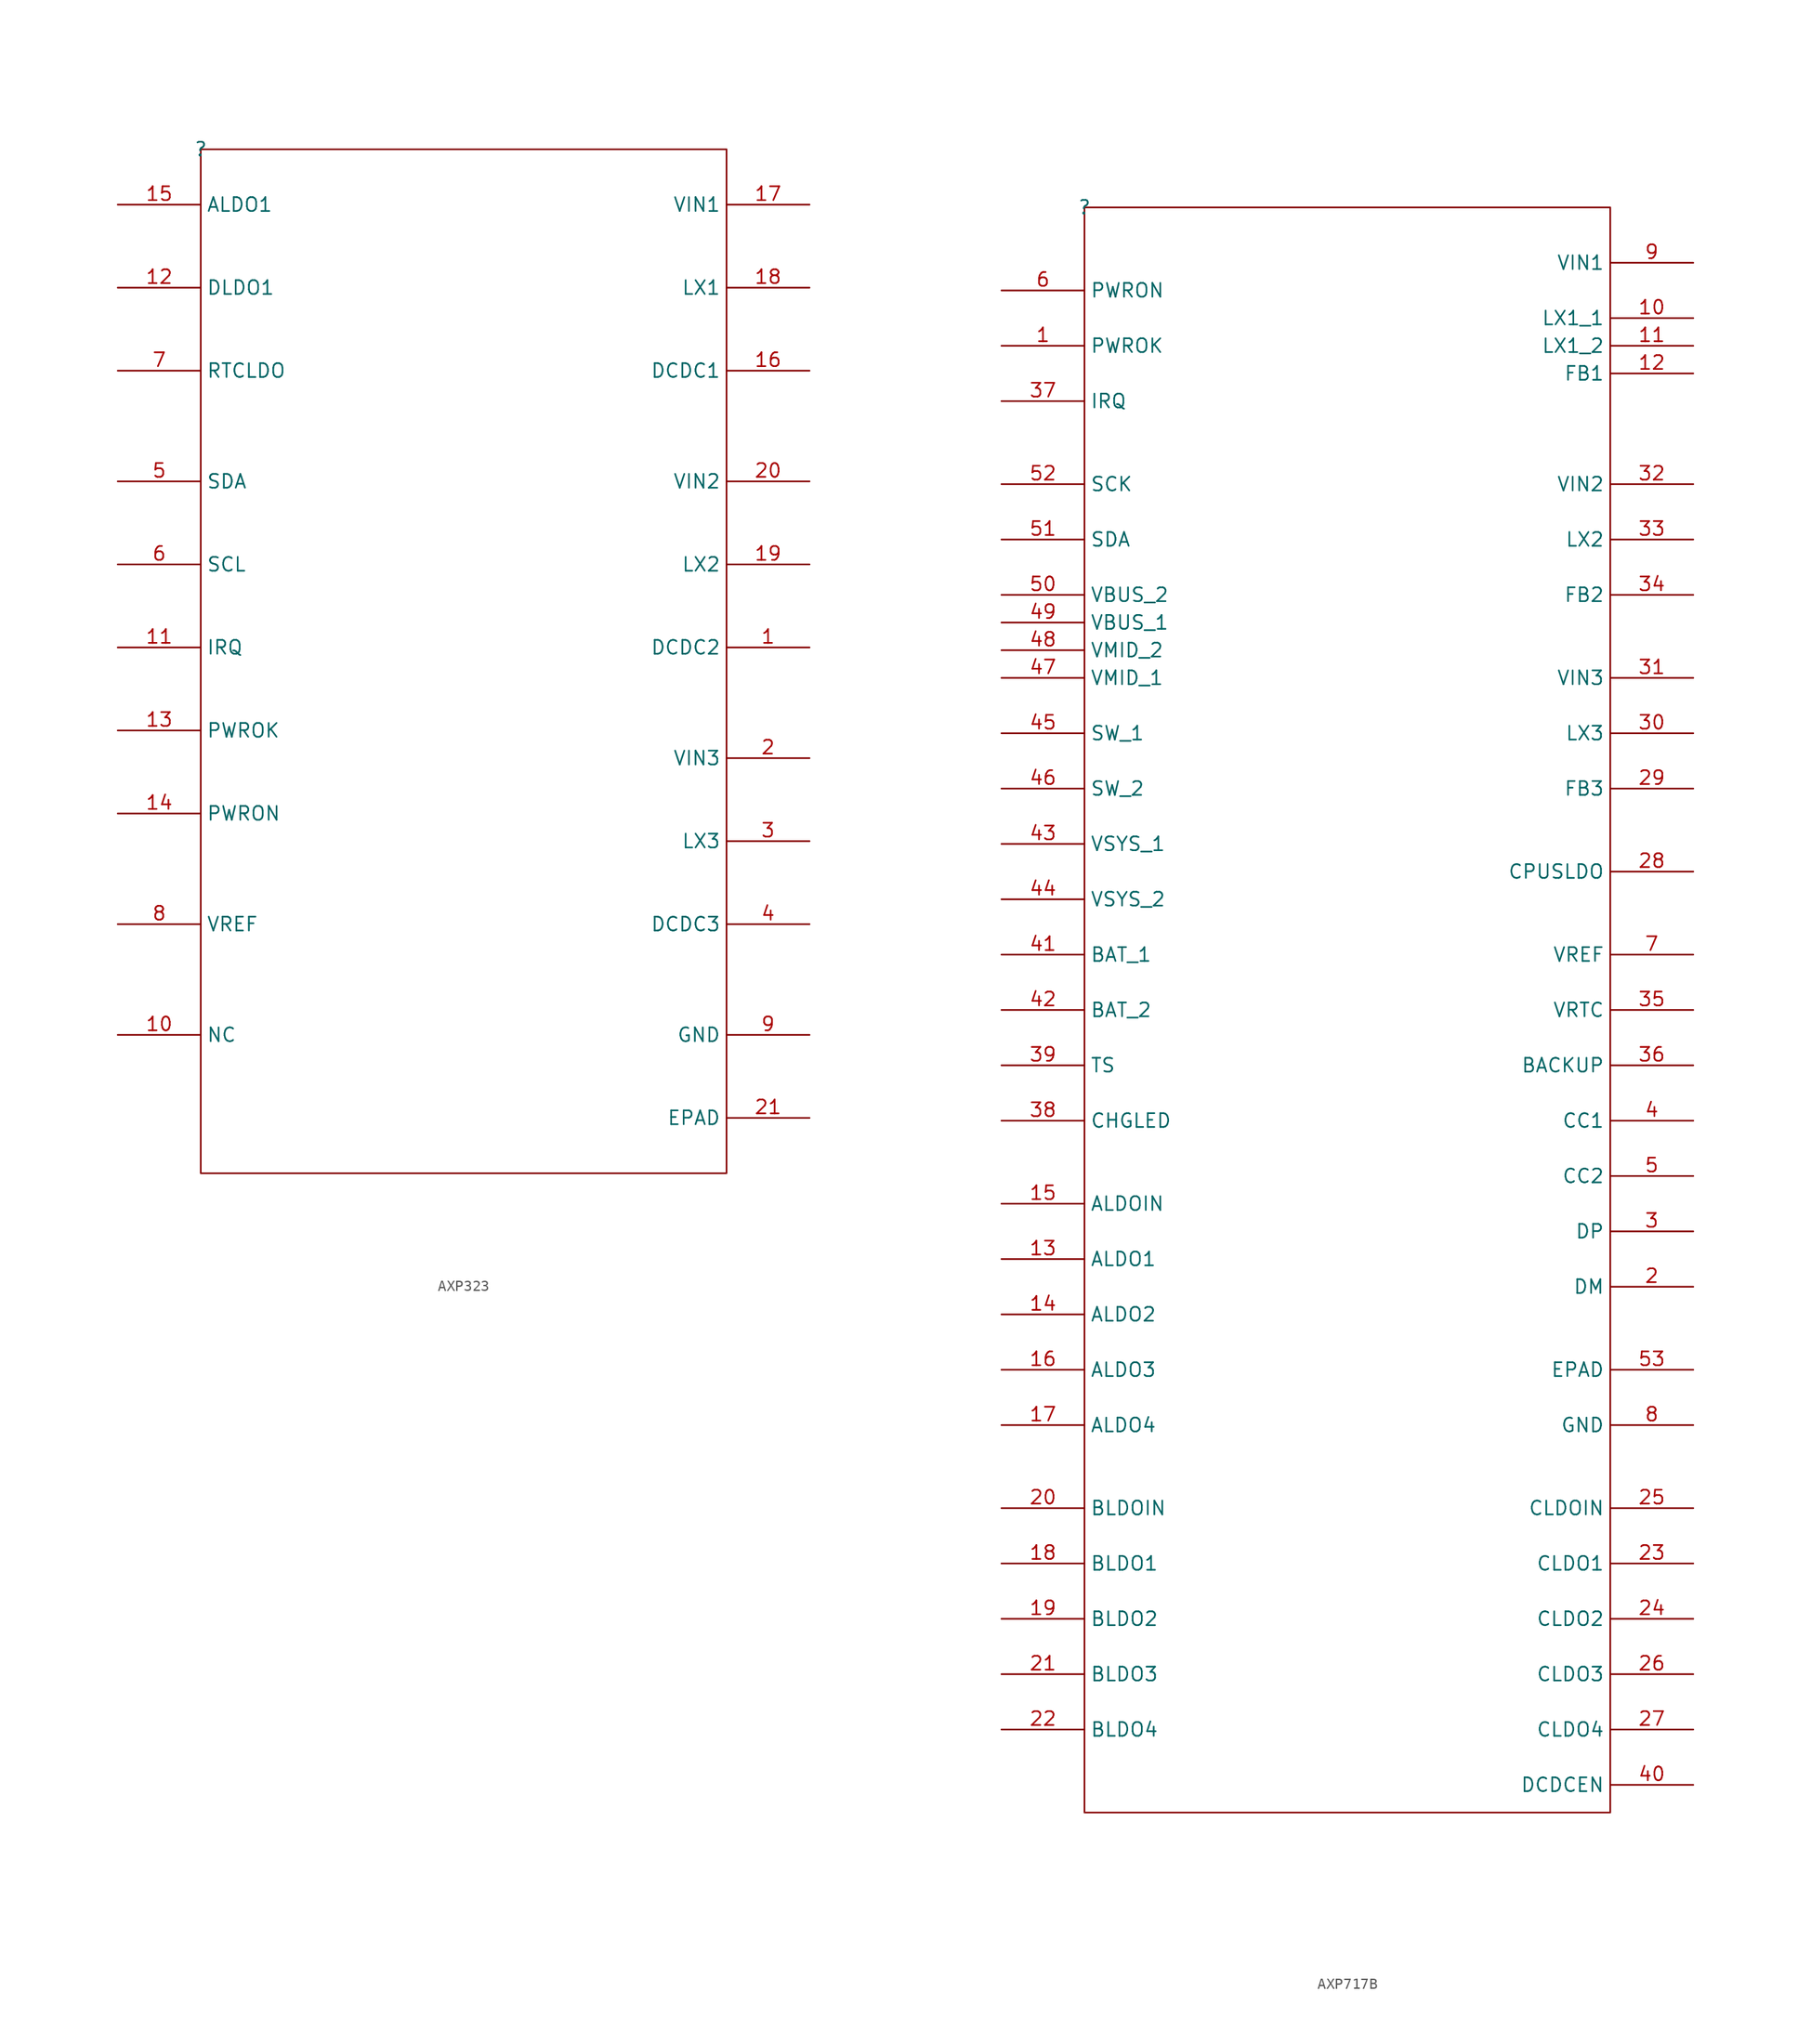
<source format=kicad_sym>
(kicad_symbol_lib
  (version 20231120)
  (generator "kicad_symbol_editor")
  (generator_version "8.0")
  (symbol "AXP323"
    (property "Reference" ""
      (at 0 0 0)
      (effects (font (size 1.27 1.27))))
    (property "Value" ""
      (at 0 0 0)
      (effects (font (size 1.27 1.27))))
    (symbol "AXP323_1_0"
      (rectangle (start 0 -93.98) (end 48.26 0) (stroke (width 0) (type default)) (fill (type none)))
      (pin input line (at 55.88 -45.72 180) (length 7.62) (name "DCDC2" (effects (font (size 1.27 1.27)))) (number "1" (effects (font (size 1.27 1.27)))))
      (pin input line (at -7.62 -81.28 0) (length 7.62) (name "NC" (effects (font (size 1.27 1.27)))) (number "10" (effects (font (size 1.27 1.27)))))
      (pin input line (at -7.62 -45.72 0) (length 7.62) (name "IRQ" (effects (font (size 1.27 1.27)))) (number "11" (effects (font (size 1.27 1.27)))))
      (pin input line (at -7.62 -12.7 0) (length 7.62) (name "DLDO1" (effects (font (size 1.27 1.27)))) (number "12" (effects (font (size 1.27 1.27)))))
      (pin input line (at -7.62 -53.34 0) (length 7.62) (name "PWROK" (effects (font (size 1.27 1.27)))) (number "13" (effects (font (size 1.27 1.27)))))
      (pin input line (at -7.62 -60.96 0) (length 7.62) (name "PWRON" (effects (font (size 1.27 1.27)))) (number "14" (effects (font (size 1.27 1.27)))))
      (pin input line (at -7.62 -5.08 0) (length 7.62) (name "ALDO1" (effects (font (size 1.27 1.27)))) (number "15" (effects (font (size 1.27 1.27)))))
      (pin input line (at 55.88 -20.32 180) (length 7.62) (name "DCDC1" (effects (font (size 1.27 1.27)))) (number "16" (effects (font (size 1.27 1.27)))))
      (pin input line (at 55.88 -5.08 180) (length 7.62) (name "VIN1" (effects (font (size 1.27 1.27)))) (number "17" (effects (font (size 1.27 1.27)))))
      (pin input line (at 55.88 -12.7 180) (length 7.62) (name "LX1" (effects (font (size 1.27 1.27)))) (number "18" (effects (font (size 1.27 1.27)))))
      (pin input line (at 55.88 -38.1 180) (length 7.62) (name "LX2" (effects (font (size 1.27 1.27)))) (number "19" (effects (font (size 1.27 1.27)))))
      (pin input line (at 55.88 -55.88 180) (length 7.62) (name "VIN3" (effects (font (size 1.27 1.27)))) (number "2" (effects (font (size 1.27 1.27)))))
      (pin input line (at 55.88 -30.48 180) (length 7.62) (name "VIN2" (effects (font (size 1.27 1.27)))) (number "20" (effects (font (size 1.27 1.27)))))
      (pin input line (at 55.88 -88.9 180) (length 7.62) (name "EPAD" (effects (font (size 1.27 1.27)))) (number "21" (effects (font (size 1.27 1.27)))))
      (pin input line (at 55.88 -63.5 180) (length 7.62) (name "LX3" (effects (font (size 1.27 1.27)))) (number "3" (effects (font (size 1.27 1.27)))))
      (pin input line (at 55.88 -71.12 180) (length 7.62) (name "DCDC3" (effects (font (size 1.27 1.27)))) (number "4" (effects (font (size 1.27 1.27)))))
      (pin input line (at -7.62 -30.48 0) (length 7.62) (name "SDA" (effects (font (size 1.27 1.27)))) (number "5" (effects (font (size 1.27 1.27)))))
      (pin input line (at -7.62 -38.1 0) (length 7.62) (name "SCL" (effects (font (size 1.27 1.27)))) (number "6" (effects (font (size 1.27 1.27)))))
      (pin input line (at -7.62 -20.32 0) (length 7.62) (name "RTCLDO" (effects (font (size 1.27 1.27)))) (number "7" (effects (font (size 1.27 1.27)))))
      (pin input line (at -7.62 -71.12 0) (length 7.62) (name "VREF" (effects (font (size 1.27 1.27)))) (number "8" (effects (font (size 1.27 1.27)))))
      (pin input line (at 55.88 -81.28 180) (length 7.62) (name "GND" (effects (font (size 1.27 1.27)))) (number "9" (effects (font (size 1.27 1.27)))))))
  (symbol "AXP717B"
    (property "Reference" ""
      (at 0 0 0)
      (effects (font (size 1.27 1.27))))
    (property "Value" ""
      (at 0 0 0)
      (effects (font (size 1.27 1.27))))
    (symbol "AXP717B_1_0"
      (rectangle (start 0 -147.32) (end 48.26 0) (stroke (width 0) (type default)) (fill (type none)))
      (pin input line (at -7.62 -12.7 0) (length 7.62) (name "PWROK" (effects (font (size 1.27 1.27)))) (number "1" (effects (font (size 1.27 1.27)))))
      (pin input line (at 55.88 -10.16 180) (length 7.62) (name "LX1_1" (effects (font (size 1.27 1.27)))) (number "10" (effects (font (size 1.27 1.27)))))
      (pin input line (at 55.88 -12.7 180) (length 7.62) (name "LX1_2" (effects (font (size 1.27 1.27)))) (number "11" (effects (font (size 1.27 1.27)))))
      (pin input line (at 55.88 -15.24 180) (length 7.62) (name "FB1" (effects (font (size 1.27 1.27)))) (number "12" (effects (font (size 1.27 1.27)))))
      (pin input line (at -7.62 -96.52 0) (length 7.62) (name "ALDO1" (effects (font (size 1.27 1.27)))) (number "13" (effects (font (size 1.27 1.27)))))
      (pin input line (at -7.62 -101.6 0) (length 7.62) (name "ALDO2" (effects (font (size 1.27 1.27)))) (number "14" (effects (font (size 1.27 1.27)))))
      (pin input line (at -7.62 -91.44 0) (length 7.62) (name "ALDOIN" (effects (font (size 1.27 1.27)))) (number "15" (effects (font (size 1.27 1.27)))))
      (pin input line (at -7.62 -106.68 0) (length 7.62) (name "ALDO3" (effects (font (size 1.27 1.27)))) (number "16" (effects (font (size 1.27 1.27)))))
      (pin input line (at -7.62 -111.76 0) (length 7.62) (name "ALDO4" (effects (font (size 1.27 1.27)))) (number "17" (effects (font (size 1.27 1.27)))))
      (pin input line (at -7.62 -124.46 0) (length 7.62) (name "BLDO1" (effects (font (size 1.27 1.27)))) (number "18" (effects (font (size 1.27 1.27)))))
      (pin input line (at -7.62 -129.54 0) (length 7.62) (name "BLDO2" (effects (font (size 1.27 1.27)))) (number "19" (effects (font (size 1.27 1.27)))))
      (pin input line (at 55.88 -99.06 180) (length 7.62) (name "DM" (effects (font (size 1.27 1.27)))) (number "2" (effects (font (size 1.27 1.27)))))
      (pin input line (at -7.62 -119.38 0) (length 7.62) (name "BLDOIN" (effects (font (size 1.27 1.27)))) (number "20" (effects (font (size 1.27 1.27)))))
      (pin input line (at -7.62 -134.62 0) (length 7.62) (name "BLDO3" (effects (font (size 1.27 1.27)))) (number "21" (effects (font (size 1.27 1.27)))))
      (pin input line (at -7.62 -139.7 0) (length 7.62) (name "BLDO4" (effects (font (size 1.27 1.27)))) (number "22" (effects (font (size 1.27 1.27)))))
      (pin input line (at 55.88 -124.46 180) (length 7.62) (name "CLDO1" (effects (font (size 1.27 1.27)))) (number "23" (effects (font (size 1.27 1.27)))))
      (pin input line (at 55.88 -129.54 180) (length 7.62) (name "CLDO2" (effects (font (size 1.27 1.27)))) (number "24" (effects (font (size 1.27 1.27)))))
      (pin input line (at 55.88 -119.38 180) (length 7.62) (name "CLDOIN" (effects (font (size 1.27 1.27)))) (number "25" (effects (font (size 1.27 1.27)))))
      (pin input line (at 55.88 -134.62 180) (length 7.62) (name "CLDO3" (effects (font (size 1.27 1.27)))) (number "26" (effects (font (size 1.27 1.27)))))
      (pin input line (at 55.88 -139.7 180) (length 7.62) (name "CLDO4" (effects (font (size 1.27 1.27)))) (number "27" (effects (font (size 1.27 1.27)))))
      (pin input line (at 55.88 -60.96 180) (length 7.62) (name "CPUSLDO" (effects (font (size 1.27 1.27)))) (number "28" (effects (font (size 1.27 1.27)))))
      (pin input line (at 55.88 -53.34 180) (length 7.62) (name "FB3" (effects (font (size 1.27 1.27)))) (number "29" (effects (font (size 1.27 1.27)))))
      (pin input line (at 55.88 -93.98 180) (length 7.62) (name "DP" (effects (font (size 1.27 1.27)))) (number "3" (effects (font (size 1.27 1.27)))))
      (pin input line (at 55.88 -48.26 180) (length 7.62) (name "LX3" (effects (font (size 1.27 1.27)))) (number "30" (effects (font (size 1.27 1.27)))))
      (pin input line (at 55.88 -43.18 180) (length 7.62) (name "VIN3" (effects (font (size 1.27 1.27)))) (number "31" (effects (font (size 1.27 1.27)))))
      (pin input line (at 55.88 -25.4 180) (length 7.62) (name "VIN2" (effects (font (size 1.27 1.27)))) (number "32" (effects (font (size 1.27 1.27)))))
      (pin input line (at 55.88 -30.48 180) (length 7.62) (name "LX2" (effects (font (size 1.27 1.27)))) (number "33" (effects (font (size 1.27 1.27)))))
      (pin input line (at 55.88 -35.56 180) (length 7.62) (name "FB2" (effects (font (size 1.27 1.27)))) (number "34" (effects (font (size 1.27 1.27)))))
      (pin input line (at 55.88 -73.66 180) (length 7.62) (name "VRTC" (effects (font (size 1.27 1.27)))) (number "35" (effects (font (size 1.27 1.27)))))
      (pin input line (at 55.88 -78.74 180) (length 7.62) (name "BACKUP" (effects (font (size 1.27 1.27)))) (number "36" (effects (font (size 1.27 1.27)))))
      (pin input line (at -7.62 -17.78 0) (length 7.62) (name "IRQ" (effects (font (size 1.27 1.27)))) (number "37" (effects (font (size 1.27 1.27)))))
      (pin input line (at -7.62 -83.82 0) (length 7.62) (name "CHGLED" (effects (font (size 1.27 1.27)))) (number "38" (effects (font (size 1.27 1.27)))))
      (pin input line (at -7.62 -78.74 0) (length 7.62) (name "TS" (effects (font (size 1.27 1.27)))) (number "39" (effects (font (size 1.27 1.27)))))
      (pin input line (at 55.88 -83.82 180) (length 7.62) (name "CC1" (effects (font (size 1.27 1.27)))) (number "4" (effects (font (size 1.27 1.27)))))
      (pin input line (at 55.88 -144.78 180) (length 7.62) (name "DCDCEN" (effects (font (size 1.27 1.27)))) (number "40" (effects (font (size 1.27 1.27)))))
      (pin input line (at -7.62 -68.58 0) (length 7.62) (name "BAT_1" (effects (font (size 1.27 1.27)))) (number "41" (effects (font (size 1.27 1.27)))))
      (pin input line (at -7.62 -73.66 0) (length 7.62) (name "BAT_2" (effects (font (size 1.27 1.27)))) (number "42" (effects (font (size 1.27 1.27)))))
      (pin input line (at -7.62 -58.42 0) (length 7.62) (name "VSYS_1" (effects (font (size 1.27 1.27)))) (number "43" (effects (font (size 1.27 1.27)))))
      (pin input line (at -7.62 -63.5 0) (length 7.62) (name "VSYS_2" (effects (font (size 1.27 1.27)))) (number "44" (effects (font (size 1.27 1.27)))))
      (pin input line (at -7.62 -48.26 0) (length 7.62) (name "SW_1" (effects (font (size 1.27 1.27)))) (number "45" (effects (font (size 1.27 1.27)))))
      (pin input line (at -7.62 -53.34 0) (length 7.62) (name "SW_2" (effects (font (size 1.27 1.27)))) (number "46" (effects (font (size 1.27 1.27)))))
      (pin input line (at -7.62 -43.18 0) (length 7.62) (name "VMID_1" (effects (font (size 1.27 1.27)))) (number "47" (effects (font (size 1.27 1.27)))))
      (pin input line (at -7.62 -40.64 0) (length 7.62) (name "VMID_2" (effects (font (size 1.27 1.27)))) (number "48" (effects (font (size 1.27 1.27)))))
      (pin input line (at -7.62 -38.1 0) (length 7.62) (name "VBUS_1" (effects (font (size 1.27 1.27)))) (number "49" (effects (font (size 1.27 1.27)))))
      (pin input line (at 55.88 -88.9 180) (length 7.62) (name "CC2" (effects (font (size 1.27 1.27)))) (number "5" (effects (font (size 1.27 1.27)))))
      (pin input line (at -7.62 -35.56 0) (length 7.62) (name "VBUS_2" (effects (font (size 1.27 1.27)))) (number "50" (effects (font (size 1.27 1.27)))))
      (pin input line (at -7.62 -30.48 0) (length 7.62) (name "SDA" (effects (font (size 1.27 1.27)))) (number "51" (effects (font (size 1.27 1.27)))))
      (pin input line (at -7.62 -25.4 0) (length 7.62) (name "SCK" (effects (font (size 1.27 1.27)))) (number "52" (effects (font (size 1.27 1.27)))))
      (pin input line (at 55.88 -106.68 180) (length 7.62) (name "EPAD" (effects (font (size 1.27 1.27)))) (number "53" (effects (font (size 1.27 1.27)))))
      (pin input line (at -7.62 -7.62 0) (length 7.62) (name "PWRON" (effects (font (size 1.27 1.27)))) (number "6" (effects (font (size 1.27 1.27)))))
      (pin input line (at 55.88 -68.58 180) (length 7.62) (name "VREF" (effects (font (size 1.27 1.27)))) (number "7" (effects (font (size 1.27 1.27)))))
      (pin input line (at 55.88 -111.76 180) (length 7.62) (name "GND" (effects (font (size 1.27 1.27)))) (number "8" (effects (font (size 1.27 1.27)))))
      (pin input line (at 55.88 -5.08 180) (length 7.62) (name "VIN1" (effects (font (size 1.27 1.27)))) (number "9" (effects (font (size 1.27 1.27))))))))
</source>
